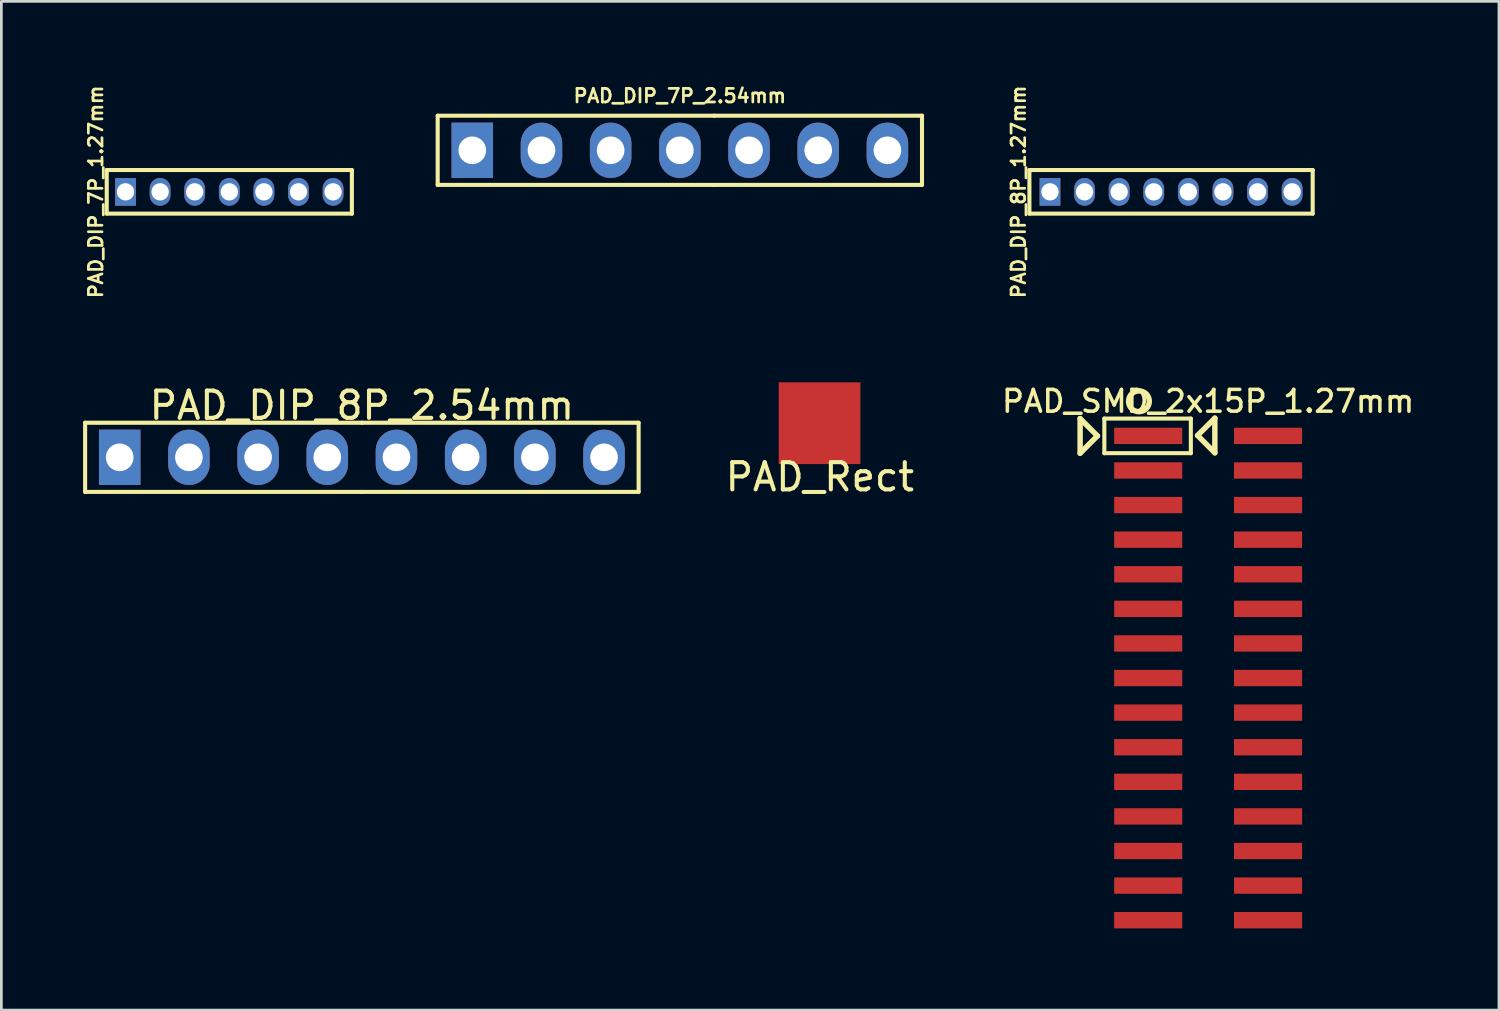
<source format=kicad_pcb>
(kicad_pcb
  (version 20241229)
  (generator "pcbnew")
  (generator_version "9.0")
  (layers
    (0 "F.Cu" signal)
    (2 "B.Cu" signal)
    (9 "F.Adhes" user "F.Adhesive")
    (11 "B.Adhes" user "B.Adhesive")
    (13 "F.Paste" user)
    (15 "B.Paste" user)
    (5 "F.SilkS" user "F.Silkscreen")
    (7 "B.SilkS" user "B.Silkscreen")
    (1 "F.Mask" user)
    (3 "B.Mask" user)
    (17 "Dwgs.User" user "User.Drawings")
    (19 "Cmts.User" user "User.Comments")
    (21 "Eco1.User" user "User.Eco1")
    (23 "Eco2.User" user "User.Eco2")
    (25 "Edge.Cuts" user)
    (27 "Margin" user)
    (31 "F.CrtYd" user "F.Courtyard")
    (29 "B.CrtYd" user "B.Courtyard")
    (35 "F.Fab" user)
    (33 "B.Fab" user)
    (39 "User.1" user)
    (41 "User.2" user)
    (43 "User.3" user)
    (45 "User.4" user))
  (footprint "PAD_DIP_8P_1.27mm"
    (layer "F.Cu")
    (at 39.941 3.993)
    (property "Reference" "PAD_DIP_8P_1.27mm" (at -5.6 0 90) (layer "F.SilkS") (effects (font (size 0.5 0.5) (thickness 0.1))))
    (attr through_hole)
    (fp_line (start -5.2 -0.8) (end -5.2 0.8) (stroke (width 0.15) (type solid)) (layer "F.SilkS"))
    (fp_line (start -5.2 -0.8) (end 5.2 -0.8) (stroke (width 0.15) (type solid)) (layer "F.SilkS"))
    (fp_line (start -5.2 0.8) (end 5.2 0.8) (stroke (width 0.15) (type solid)) (layer "F.SilkS"))
    (fp_line (start 5.2 0.8) (end 5.2 -0.8) (stroke (width 0.15) (type solid)) (layer "F.SilkS"))
    (pad "1" thru_hole rect (at -4.445 0) (size 0.762 1.016) (drill 0.635) (layers "*.Cu" "*.Mask"))
    (pad "2" thru_hole oval (at -3.175 0) (size 0.762 1.016) (drill 0.635) (layers "*.Cu" "*.Mask"))
    (pad "3" thru_hole oval (at -1.905 0) (size 0.762 1.016) (drill 0.635) (layers "*.Cu" "*.Mask"))
    (pad "4" thru_hole oval (at -0.635 0) (size 0.762 1.016) (drill 0.635) (layers "*.Cu" "*.Mask"))
    (pad "5" thru_hole oval (at 0.635 0) (size 0.762 1.016) (drill 0.635) (layers "*.Cu" "*.Mask"))
    (pad "6" thru_hole oval (at 1.905 0) (size 0.762 1.016) (drill 0.635) (layers "*.Cu" "*.Mask"))
    (pad "7" thru_hole oval (at 3.175 0) (size 0.762 1.016) (drill 0.635) (layers "*.Cu" "*.Mask"))
    (pad "8" thru_hole oval (at 4.445 0) (size 0.762 1.016) (drill 0.635) (layers "*.Cu" "*.Mask")))
  (footprint "PAD_DIP_7P_2.54mm"
    (layer "F.Cu")
    (at 21.908 2.468)
    (property "Reference" "PAD_DIP_7P_2.54mm" (at 0 -2 0) (layer "F.SilkS") (effects (font (size 0.5 0.5) (thickness 0.1))))
    (attr through_hole)
    (fp_line (start -8.89 -1.27) (end -8.89 1.27) (stroke (width 0.15) (type solid)) (layer "F.SilkS"))
    (fp_line (start -8.89 1.27) (end 1.27 1.27) (stroke (width 0.15) (type solid)) (layer "F.SilkS"))
    (fp_line (start 1.27 -1.27) (end -8.89 -1.27) (stroke (width 0.15) (type solid)) (layer "F.SilkS"))
    (fp_line (start 1.27 -1.27) (end 8.89 -1.27) (stroke (width 0.15) (type solid)) (layer "F.SilkS"))
    (fp_line (start 1.27 1.27) (end 8.89 1.27) (stroke (width 0.15) (type solid)) (layer "F.SilkS"))
    (fp_line (start 8.89 1.27) (end 8.89 -1.27) (stroke (width 0.15) (type solid)) (layer "F.SilkS"))
    (pad "1" thru_hole rect (at -7.62 0) (size 1.524 2.032) (drill 1.016) (layers "*.Cu" "*.Mask"))
    (pad "2" thru_hole oval (at -5.08 0) (size 1.524 2.032) (drill 1.016) (layers "*.Cu" "*.Mask"))
    (pad "3" thru_hole oval (at -2.54 0) (size 1.524 2.032) (drill 1.016) (layers "*.Cu" "*.Mask"))
    (pad "4" thru_hole oval (at 0 0) (size 1.524 2.032) (drill 1.016) (layers "*.Cu" "*.Mask"))
    (pad "5" thru_hole oval (at 2.54 0) (size 1.524 2.032) (drill 1.016) (layers "*.Cu" "*.Mask"))
    (pad "6" thru_hole oval (at 5.08 0) (size 1.524 2.032) (drill 1.016) (layers "*.Cu" "*.Mask"))
    (pad "7" thru_hole oval (at 7.62 0) (size 1.524 2.032) (drill 1.016) (layers "*.Cu" "*.Mask")))
  (footprint "PAD_Rect"
    (layer "F.Cu")
    (at 27.037 12.486)
    (property "Reference" "PAD_Rect" (at 0.01 1.975 0) (layer "F.SilkS") (effects (font (size 1 1) (thickness 0.15))))
    (attr through_hole)
    (pad "1" smd rect (at 0 0) (size 3 3) (layers "F.Cu" "F.Mask" "F.Paste")))
  (footprint "PAD_DIP_8P_2.54mm"
    (layer "F.Cu")
    (at 10.235 13.739)
    (property "Reference" "PAD_DIP_8P_2.54mm" (at 0 -1.905 0) (layer "F.SilkS") (effects (font (size 1 1) (thickness 0.15))))
    (attr through_hole)
    (fp_line (start -10.16 -1.27) (end -10.16 1.27) (stroke (width 0.15) (type solid)) (layer "F.SilkS"))
    (fp_line (start -10.16 1.27) (end 0 1.27) (stroke (width 0.15) (type solid)) (layer "F.SilkS"))
    (fp_line (start 0 -1.27) (end -10.16 -1.27) (stroke (width 0.15) (type solid)) (layer "F.SilkS"))
    (fp_line (start 0 -1.27) (end 10.16 -1.27) (stroke (width 0.15) (type solid)) (layer "F.SilkS"))
    (fp_line (start 0 1.27) (end 10.16 1.27) (stroke (width 0.15) (type solid)) (layer "F.SilkS"))
    (fp_line (start 10.16 1.27) (end 10.16 -1.27) (stroke (width 0.15) (type solid)) (layer "F.SilkS"))
    (pad "1" thru_hole rect (at -8.89 0) (size 1.524 2.032) (drill 1.016) (layers "*.Cu" "*.Mask"))
    (pad "2" thru_hole oval (at -6.35 0) (size 1.524 2.032) (drill 1.016) (layers "*.Cu" "*.Mask"))
    (pad "3" thru_hole oval (at -3.81 0) (size 1.524 2.032) (drill 1.016) (layers "*.Cu" "*.Mask"))
    (pad "4" thru_hole oval (at -1.27 0) (size 1.524 2.032) (drill 1.016) (layers "*.Cu" "*.Mask"))
    (pad "5" thru_hole oval (at 1.27 0) (size 1.524 2.032) (drill 1.016) (layers "*.Cu" "*.Mask"))
    (pad "6" thru_hole oval (at 3.81 0) (size 1.524 2.032) (drill 1.016) (layers "*.Cu" "*.Mask"))
    (pad "7" thru_hole oval (at 6.35 0) (size 1.524 2.032) (drill 1.016) (layers "*.Cu" "*.Mask"))
    (pad "8" thru_hole oval (at 8.89 0) (size 1.524 2.032) (drill 1.016) (layers "*.Cu" "*.Mask")))
  (footprint "PAD_SMD_2x15P_1.27mm"
    (layer "F.Cu")
    (at 41.302 21.842)
    (property "Reference" "PAD_SMD_2x15P_1.27mm" (at 0 -10.16 0) (layer "F.SilkS") (effects (font (size 0.8 0.8) (thickness 0.13))))
    (attr through_hole)
    (fp_line (start -4.699 -9.525) (end -4.699 -8.255) (stroke (width 0.2) (type solid)) (layer "F.SilkS"))
    (fp_line (start -4.699 -8.255) (end -4.064 -8.89) (stroke (width 0.2) (type solid)) (layer "F.SilkS"))
    (fp_line (start -4.064 -8.89) (end -4.699 -9.525) (stroke (width 0.2) (type solid)) (layer "F.SilkS"))
    (fp_line (start -3.81 -9.525) (end -0.635 -9.525) (stroke (width 0.15) (type solid)) (layer "F.SilkS"))
    (fp_line (start -3.81 -8.255) (end -3.81 -9.525) (stroke (width 0.15) (type solid)) (layer "F.SilkS"))
    (fp_line (start -0.635 -9.525) (end -0.635 -8.255) (stroke (width 0.15) (type solid)) (layer "F.SilkS"))
    (fp_line (start -0.635 -8.255) (end -3.81 -8.255) (stroke (width 0.15) (type solid)) (layer "F.SilkS"))
    (fp_line (start -0.388 -8.905) (end 0.247 -8.27) (stroke (width 0.2) (type solid)) (layer "F.SilkS"))
    (fp_line (start 0.247 -9.54) (end -0.388 -8.905) (stroke (width 0.2) (type solid)) (layer "F.SilkS"))
    (fp_line (start 0.247 -8.27) (end 0.247 -9.54) (stroke (width 0.2) (type solid)) (layer "F.SilkS"))
    (fp_circle (center -2.54 -10.16) (end -2.54 -9.779) (stroke (width 0.2) (type solid)) (fill no) (layer "F.SilkS"))
    (pad "1" smd rect (at -2.2 -8.89) (size 2.5 0.6) (layers "F.Cu" "F.Mask" "F.Paste"))
    (pad "2" smd rect (at 2.2 -8.89) (size 2.5 0.6) (layers "F.Cu" "F.Mask" "F.Paste"))
    (pad "3" smd rect (at -2.2 -7.62) (size 2.5 0.6) (layers "F.Cu" "F.Mask" "F.Paste"))
    (pad "4" smd rect (at 2.2 -7.62) (size 2.5 0.6) (layers "F.Cu" "F.Mask" "F.Paste"))
    (pad "5" smd rect (at -2.2 -6.35) (size 2.5 0.6) (layers "F.Cu" "F.Mask" "F.Paste"))
    (pad "6" smd rect (at 2.2 -6.35) (size 2.5 0.6) (layers "F.Cu" "F.Mask" "F.Paste"))
    (pad "7" smd rect (at -2.2 -5.08) (size 2.5 0.6) (layers "F.Cu" "F.Mask" "F.Paste"))
    (pad "8" smd rect (at 2.2 -5.08) (size 2.5 0.6) (layers "F.Cu" "F.Mask" "F.Paste"))
    (pad "9" smd rect (at -2.2 -3.81) (size 2.5 0.6) (layers "F.Cu" "F.Mask" "F.Paste"))
    (pad "10" smd rect (at 2.2 -3.81) (size 2.5 0.6) (layers "F.Cu" "F.Mask" "F.Paste"))
    (pad "11" smd rect (at -2.2 -2.54) (size 2.5 0.6) (layers "F.Cu" "F.Mask" "F.Paste"))
    (pad "12" smd rect (at 2.2 -2.54) (size 2.5 0.6) (layers "F.Cu" "F.Mask" "F.Paste"))
    (pad "13" smd rect (at -2.2 -1.27) (size 2.5 0.6) (layers "F.Cu" "F.Mask" "F.Paste"))
    (pad "14" smd rect (at 2.2 -1.27) (size 2.5 0.6) (layers "F.Cu" "F.Mask" "F.Paste"))
    (pad "15" smd rect (at -2.2 0) (size 2.5 0.6) (layers "F.Cu" "F.Mask" "F.Paste"))
    (pad "16" smd rect (at 2.2 0) (size 2.5 0.6) (layers "F.Cu" "F.Mask" "F.Paste"))
    (pad "17" smd rect (at -2.2 1.27) (size 2.5 0.6) (layers "F.Cu" "F.Mask" "F.Paste"))
    (pad "18" smd rect (at 2.2 1.27) (size 2.5 0.6) (layers "F.Cu" "F.Mask" "F.Paste"))
    (pad "19" smd rect (at -2.2 2.54) (size 2.5 0.6) (layers "F.Cu" "F.Mask" "F.Paste"))
    (pad "20" smd rect (at 2.2 2.54) (size 2.5 0.6) (layers "F.Cu" "F.Mask" "F.Paste"))
    (pad "21" smd rect (at -2.2 3.81) (size 2.5 0.6) (layers "F.Cu" "F.Mask" "F.Paste"))
    (pad "22" smd rect (at 2.2 3.81) (size 2.5 0.6) (layers "F.Cu" "F.Mask" "F.Paste"))
    (pad "23" smd rect (at -2.2 5.08) (size 2.5 0.6) (layers "F.Cu" "F.Mask" "F.Paste"))
    (pad "24" smd rect (at 2.2 5.08) (size 2.5 0.6) (layers "F.Cu" "F.Mask" "F.Paste"))
    (pad "25" smd rect (at -2.2 6.35) (size 2.5 0.6) (layers "F.Cu" "F.Mask" "F.Paste"))
    (pad "26" smd rect (at 2.2 6.35) (size 2.5 0.6) (layers "F.Cu" "F.Mask" "F.Paste"))
    (pad "27" smd rect (at -2.2 7.62) (size 2.5 0.6) (layers "F.Cu" "F.Mask" "F.Paste"))
    (pad "28" smd rect (at 2.2 7.62) (size 2.5 0.6) (layers "F.Cu" "F.Mask" "F.Paste"))
    (pad "29" smd rect (at -2.2 8.89) (size 2.5 0.6) (layers "F.Cu" "F.Mask" "F.Paste"))
    (pad "30" smd rect (at 2.2 8.89) (size 2.5 0.6) (layers "F.Cu" "F.Mask" "F.Paste")))
  (footprint "PAD_DIP_7P_1.27mm"
    (layer "F.Cu")
    (at 5.368 3.993)
    (property "Reference" "PAD_DIP_7P_1.27mm" (at -4.9 0 90) (layer "F.SilkS") (effects (font (size 0.5 0.5) (thickness 0.1))))
    (attr through_hole)
    (fp_line (start -4.5 -0.8) (end -4.5 0.8) (stroke (width 0.15) (type solid)) (layer "F.SilkS"))
    (fp_line (start -4.5 -0.8) (end 4.5 -0.8) (stroke (width 0.15) (type solid)) (layer "F.SilkS"))
    (fp_line (start -4.5 0.8) (end 4.5 0.8) (stroke (width 0.15) (type solid)) (layer "F.SilkS"))
    (fp_line (start 4.5 0.8) (end 4.5 -0.8) (stroke (width 0.15) (type solid)) (layer "F.SilkS"))
    (pad "1" thru_hole rect (at -3.81 0) (size 0.762 1.016) (drill 0.635) (layers "*.Cu" "*.Mask"))
    (pad "2" thru_hole oval (at -2.54 0) (size 0.762 1.016) (drill 0.635) (layers "*.Cu" "*.Mask"))
    (pad "3" thru_hole oval (at -1.27 0) (size 0.762 1.016) (drill 0.635) (layers "*.Cu" "*.Mask"))
    (pad "4" thru_hole oval (at 0 0) (size 0.762 1.016) (drill 0.635) (layers "*.Cu" "*.Mask"))
    (pad "5" thru_hole oval (at 1.27 0) (size 0.762 1.016) (drill 0.635) (layers "*.Cu" "*.Mask"))
    (pad "6" thru_hole oval (at 2.54 0) (size 0.762 1.016) (drill 0.635) (layers "*.Cu" "*.Mask"))
    (pad "7" thru_hole oval (at 3.81 0) (size 0.762 1.016) (drill 0.635) (layers "*.Cu" "*.Mask")))
  (gr_rect
    (start -3 -3)
    (end 51.979 34.032)
    (stroke (width 0.1) (type default))
    (fill no)
    (layer "Edge.Cuts")))
</source>
